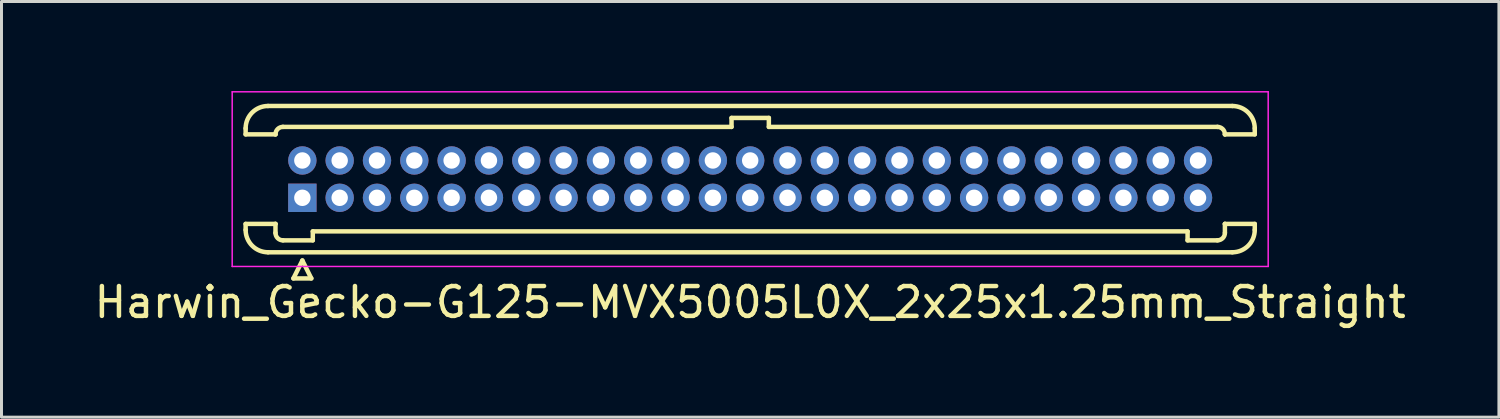
<source format=kicad_pcb>
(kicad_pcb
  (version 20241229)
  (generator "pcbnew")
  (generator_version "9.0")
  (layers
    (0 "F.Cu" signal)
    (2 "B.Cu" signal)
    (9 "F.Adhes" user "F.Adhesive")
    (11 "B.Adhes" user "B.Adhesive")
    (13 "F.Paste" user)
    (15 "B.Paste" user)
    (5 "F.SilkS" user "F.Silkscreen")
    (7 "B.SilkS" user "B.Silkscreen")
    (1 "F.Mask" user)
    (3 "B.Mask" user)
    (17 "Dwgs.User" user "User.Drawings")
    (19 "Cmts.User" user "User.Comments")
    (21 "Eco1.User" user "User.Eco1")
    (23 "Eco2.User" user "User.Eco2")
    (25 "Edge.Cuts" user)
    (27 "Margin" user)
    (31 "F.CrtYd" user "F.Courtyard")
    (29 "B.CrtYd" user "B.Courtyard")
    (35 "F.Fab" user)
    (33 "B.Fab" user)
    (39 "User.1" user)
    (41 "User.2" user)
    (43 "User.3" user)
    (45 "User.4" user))
  (footprint "Harwin_Gecko-G125-MVX5005L0X_2x25x1.25mm_Straight"
    (layer "F.Cu")
    (at 7.077 3.575)
    (property "Reference" "Harwin_Gecko-G125-MVX5005L0X_2x25x1.25mm_Straight" (at 15 3.5 0) (layer "F.SilkS") (effects (font (size 1 1) (thickness 0.15))))
    (attr through_hole)
    (fp_line (start -1.9 -2.325) (end -1.9 -2.125) (stroke (width 0.15) (type solid)) (layer "F.SilkS"))
    (fp_line (start -1.9 -2.125) (end -0.9 -2.125) (stroke (width 0.15) (type solid)) (layer "F.SilkS"))
    (fp_line (start -1.9 0.875) (end -0.9 0.875) (stroke (width 0.15) (type solid)) (layer "F.SilkS"))
    (fp_line (start -1.9 1.075) (end -1.9 0.875) (stroke (width 0.15) (type solid)) (layer "F.SilkS"))
    (fp_line (start -1.15 -3.075) (end 31.15 -3.075) (stroke (width 0.15) (type solid)) (layer "F.SilkS"))
    (fp_line (start -1.15 1.825) (end 31.15 1.825) (stroke (width 0.15) (type solid)) (layer "F.SilkS"))
    (fp_line (start -0.9 -2.125) (end -0.9 -2.125) (stroke (width 0.15) (type solid)) (layer "F.SilkS"))
    (fp_line (start -0.9 0.875) (end -0.9 0.875) (stroke (width 0.15) (type solid)) (layer "F.SilkS"))
    (fp_line (start -0.9 1.175) (end -0.9 0.875) (stroke (width 0.15) (type solid)) (layer "F.SilkS"))
    (fp_line (start -0.65 -2.375) (end 14.375 -2.375) (stroke (width 0.15) (type solid)) (layer "F.SilkS"))
    (fp_line (start -0.65 1.425) (end 0.35 1.425) (stroke (width 0.15) (type solid)) (layer "F.SilkS"))
    (fp_line (start -0.3 2.7) (end 0.3 2.7) (stroke (width 0.15) (type solid)) (layer "F.SilkS"))
    (fp_line (start 0 2.1) (end -0.3 2.7) (stroke (width 0.15) (type solid)) (layer "F.SilkS"))
    (fp_line (start 0.3 2.7) (end 0 2.1) (stroke (width 0.15) (type solid)) (layer "F.SilkS"))
    (fp_line (start 0.35 1.125) (end 29.65 1.125) (stroke (width 0.15) (type solid)) (layer "F.SilkS"))
    (fp_line (start 0.35 1.425) (end 0.35 1.125) (stroke (width 0.15) (type solid)) (layer "F.SilkS"))
    (fp_line (start 14.375 -2.675) (end 15.625 -2.675) (stroke (width 0.15) (type solid)) (layer "F.SilkS"))
    (fp_line (start 14.375 -2.375) (end 14.375 -2.675) (stroke (width 0.15) (type solid)) (layer "F.SilkS"))
    (fp_line (start 15.625 -2.675) (end 15.625 -2.375) (stroke (width 0.15) (type solid)) (layer "F.SilkS"))
    (fp_line (start 15.625 -2.375) (end 30.65 -2.375) (stroke (width 0.15) (type solid)) (layer "F.SilkS"))
    (fp_line (start 29.65 1.125) (end 29.65 1.425) (stroke (width 0.15) (type solid)) (layer "F.SilkS"))
    (fp_line (start 29.65 1.425) (end 30.65 1.425) (stroke (width 0.15) (type solid)) (layer "F.SilkS"))
    (fp_line (start 30.9 -2.125) (end 30.9 -2.125) (stroke (width 0.15) (type solid)) (layer "F.SilkS"))
    (fp_line (start 30.9 0.875) (end 30.9 0.875) (stroke (width 0.15) (type solid)) (layer "F.SilkS"))
    (fp_line (start 30.9 1.175) (end 30.9 0.875) (stroke (width 0.15) (type solid)) (layer "F.SilkS"))
    (fp_line (start 31.9 -2.325) (end 31.9 -2.125) (stroke (width 0.15) (type solid)) (layer "F.SilkS"))
    (fp_line (start 31.9 -2.125) (end 30.9 -2.125) (stroke (width 0.15) (type solid)) (layer "F.SilkS"))
    (fp_line (start 31.9 0.875) (end 30.9 0.875) (stroke (width 0.15) (type solid)) (layer "F.SilkS"))
    (fp_line (start 31.9 1.075) (end 31.9 0.875) (stroke (width 0.15) (type solid)) (layer "F.SilkS"))
    (fp_arc (start -1.9 -2.325) (mid -1.68033 -2.85533) (end -1.15 -3.075) (stroke (width 0.15) (type solid)) (layer "F.SilkS"))
    (fp_arc (start -1.15 1.825) (mid -1.68033 1.60533) (end -1.9 1.075) (stroke (width 0.15) (type solid)) (layer "F.SilkS"))
    (fp_arc (start -0.9 -2.125) (mid -0.826777 -2.301777) (end -0.65 -2.375) (stroke (width 0.15) (type solid)) (layer "F.SilkS"))
    (fp_arc (start -0.65 1.425) (mid -0.826777 1.351777) (end -0.9 1.175) (stroke (width 0.15) (type solid)) (layer "F.SilkS"))
    (fp_arc (start 30.65 -2.375) (mid 30.826777 -2.301777) (end 30.9 -2.125) (stroke (width 0.15) (type solid)) (layer "F.SilkS"))
    (fp_arc (start 30.9 1.175) (mid 30.826777 1.351777) (end 30.65 1.425) (stroke (width 0.15) (type solid)) (layer "F.SilkS"))
    (fp_arc (start 31.15 -3.075) (mid 31.68033 -2.85533) (end 31.9 -2.325) (stroke (width 0.15) (type solid)) (layer "F.SilkS"))
    (fp_arc (start 31.9 1.075) (mid 31.68033 1.60533) (end 31.15 1.825) (stroke (width 0.15) (type solid)) (layer "F.SilkS"))
    (fp_line (start -2.35 -3.55) (end -2.35 2.3) (stroke (width 0.05) (type solid)) (layer "F.CrtYd"))
    (fp_line (start -2.35 2.3) (end 32.35 2.3) (stroke (width 0.05) (type solid)) (layer "F.CrtYd"))
    (fp_line (start 32.35 -3.55) (end -2.35 -3.55) (stroke (width 0.05) (type solid)) (layer "F.CrtYd"))
    (fp_line (start 32.35 2.3) (end 32.35 -3.55) (stroke (width 0.05) (type solid)) (layer "F.CrtYd"))
    (pad "1" thru_hole rect (at 0 0) (size 0.95 0.95) (drill 0.55) (layers "*.Cu" "*.Mask"))
    (pad "2" thru_hole circle (at 1.25 0) (size 0.95 0.95) (drill 0.55) (layers "*.Cu" "*.Mask"))
    (pad "3" thru_hole circle (at 2.5 0) (size 0.95 0.95) (drill 0.55) (layers "*.Cu" "*.Mask"))
    (pad "4" thru_hole circle (at 3.75 0) (size 0.95 0.95) (drill 0.55) (layers "*.Cu" "*.Mask"))
    (pad "5" thru_hole circle (at 5 0) (size 0.95 0.95) (drill 0.55) (layers "*.Cu" "*.Mask"))
    (pad "6" thru_hole circle (at 6.25 0) (size 0.95 0.95) (drill 0.55) (layers "*.Cu" "*.Mask"))
    (pad "7" thru_hole circle (at 7.5 0) (size 0.95 0.95) (drill 0.55) (layers "*.Cu" "*.Mask"))
    (pad "8" thru_hole circle (at 8.75 0) (size 0.95 0.95) (drill 0.55) (layers "*.Cu" "*.Mask"))
    (pad "9" thru_hole circle (at 10 0) (size 0.95 0.95) (drill 0.55) (layers "*.Cu" "*.Mask"))
    (pad "10" thru_hole circle (at 11.25 0) (size 0.95 0.95) (drill 0.55) (layers "*.Cu" "*.Mask"))
    (pad "11" thru_hole circle (at 12.5 0) (size 0.95 0.95) (drill 0.55) (layers "*.Cu" "*.Mask"))
    (pad "12" thru_hole circle (at 13.75 0) (size 0.95 0.95) (drill 0.55) (layers "*.Cu" "*.Mask"))
    (pad "13" thru_hole circle (at 15 0) (size 0.95 0.95) (drill 0.55) (layers "*.Cu" "*.Mask"))
    (pad "14" thru_hole circle (at 16.25 0) (size 0.95 0.95) (drill 0.55) (layers "*.Cu" "*.Mask"))
    (pad "15" thru_hole circle (at 17.5 0) (size 0.95 0.95) (drill 0.55) (layers "*.Cu" "*.Mask"))
    (pad "16" thru_hole circle (at 18.75 0) (size 0.95 0.95) (drill 0.55) (layers "*.Cu" "*.Mask"))
    (pad "17" thru_hole circle (at 20 0) (size 0.95 0.95) (drill 0.55) (layers "*.Cu" "*.Mask"))
    (pad "18" thru_hole circle (at 21.25 0) (size 0.95 0.95) (drill 0.55) (layers "*.Cu" "*.Mask"))
    (pad "19" thru_hole circle (at 22.5 0) (size 0.95 0.95) (drill 0.55) (layers "*.Cu" "*.Mask"))
    (pad "20" thru_hole circle (at 23.75 0) (size 0.95 0.95) (drill 0.55) (layers "*.Cu" "*.Mask"))
    (pad "21" thru_hole circle (at 25 0) (size 0.95 0.95) (drill 0.55) (layers "*.Cu" "*.Mask"))
    (pad "22" thru_hole circle (at 26.25 0) (size 0.95 0.95) (drill 0.55) (layers "*.Cu" "*.Mask"))
    (pad "23" thru_hole circle (at 27.5 0) (size 0.95 0.95) (drill 0.55) (layers "*.Cu" "*.Mask"))
    (pad "24" thru_hole circle (at 28.75 0) (size 0.95 0.95) (drill 0.55) (layers "*.Cu" "*.Mask"))
    (pad "25" thru_hole circle (at 30 0) (size 0.95 0.95) (drill 0.55) (layers "*.Cu" "*.Mask"))
    (pad "26" thru_hole circle (at 0 -1.25) (size 0.95 0.95) (drill 0.55) (layers "*.Cu" "*.Mask"))
    (pad "27" thru_hole circle (at 1.25 -1.25) (size 0.95 0.95) (drill 0.55) (layers "*.Cu" "*.Mask"))
    (pad "28" thru_hole circle (at 2.5 -1.25) (size 0.95 0.95) (drill 0.55) (layers "*.Cu" "*.Mask"))
    (pad "29" thru_hole circle (at 3.75 -1.25) (size 0.95 0.95) (drill 0.55) (layers "*.Cu" "*.Mask"))
    (pad "30" thru_hole circle (at 5 -1.25) (size 0.95 0.95) (drill 0.55) (layers "*.Cu" "*.Mask"))
    (pad "31" thru_hole circle (at 6.25 -1.25) (size 0.95 0.95) (drill 0.55) (layers "*.Cu" "*.Mask"))
    (pad "32" thru_hole circle (at 7.5 -1.25) (size 0.95 0.95) (drill 0.55) (layers "*.Cu" "*.Mask"))
    (pad "33" thru_hole circle (at 8.75 -1.25) (size 0.95 0.95) (drill 0.55) (layers "*.Cu" "*.Mask"))
    (pad "34" thru_hole circle (at 10 -1.25) (size 0.95 0.95) (drill 0.55) (layers "*.Cu" "*.Mask"))
    (pad "35" thru_hole circle (at 11.25 -1.25) (size 0.95 0.95) (drill 0.55) (layers "*.Cu" "*.Mask"))
    (pad "36" thru_hole circle (at 12.5 -1.25) (size 0.95 0.95) (drill 0.55) (layers "*.Cu" "*.Mask"))
    (pad "37" thru_hole circle (at 13.75 -1.25) (size 0.95 0.95) (drill 0.55) (layers "*.Cu" "*.Mask"))
    (pad "38" thru_hole circle (at 15 -1.25) (size 0.95 0.95) (drill 0.55) (layers "*.Cu" "*.Mask"))
    (pad "39" thru_hole circle (at 16.25 -1.25) (size 0.95 0.95) (drill 0.55) (layers "*.Cu" "*.Mask"))
    (pad "40" thru_hole circle (at 17.5 -1.25) (size 0.95 0.95) (drill 0.55) (layers "*.Cu" "*.Mask"))
    (pad "41" thru_hole circle (at 18.75 -1.25) (size 0.95 0.95) (drill 0.55) (layers "*.Cu" "*.Mask"))
    (pad "42" thru_hole circle (at 20 -1.25) (size 0.95 0.95) (drill 0.55) (layers "*.Cu" "*.Mask"))
    (pad "43" thru_hole circle (at 21.25 -1.25) (size 0.95 0.95) (drill 0.55) (layers "*.Cu" "*.Mask"))
    (pad "44" thru_hole circle (at 22.5 -1.25) (size 0.95 0.95) (drill 0.55) (layers "*.Cu" "*.Mask"))
    (pad "45" thru_hole circle (at 23.75 -1.25) (size 0.95 0.95) (drill 0.55) (layers "*.Cu" "*.Mask"))
    (pad "46" thru_hole circle (at 25 -1.25) (size 0.95 0.95) (drill 0.55) (layers "*.Cu" "*.Mask"))
    (pad "47" thru_hole circle (at 26.25 -1.25) (size 0.95 0.95) (drill 0.55) (layers "*.Cu" "*.Mask"))
    (pad "48" thru_hole circle (at 27.5 -1.25) (size 0.95 0.95) (drill 0.55) (layers "*.Cu" "*.Mask"))
    (pad "49" thru_hole circle (at 28.75 -1.25) (size 0.95 0.95) (drill 0.55) (layers "*.Cu" "*.Mask"))
    (pad "50" thru_hole circle (at 30 -1.25) (size 0.95 0.95) (drill 0.55) (layers "*.Cu" "*.Mask")))
  (gr_rect
    (start -3 -3)
    (end 47.155 10.923)
    (stroke (width 0.1) (type default))
    (fill no)
    (layer "Edge.Cuts")))
</source>
